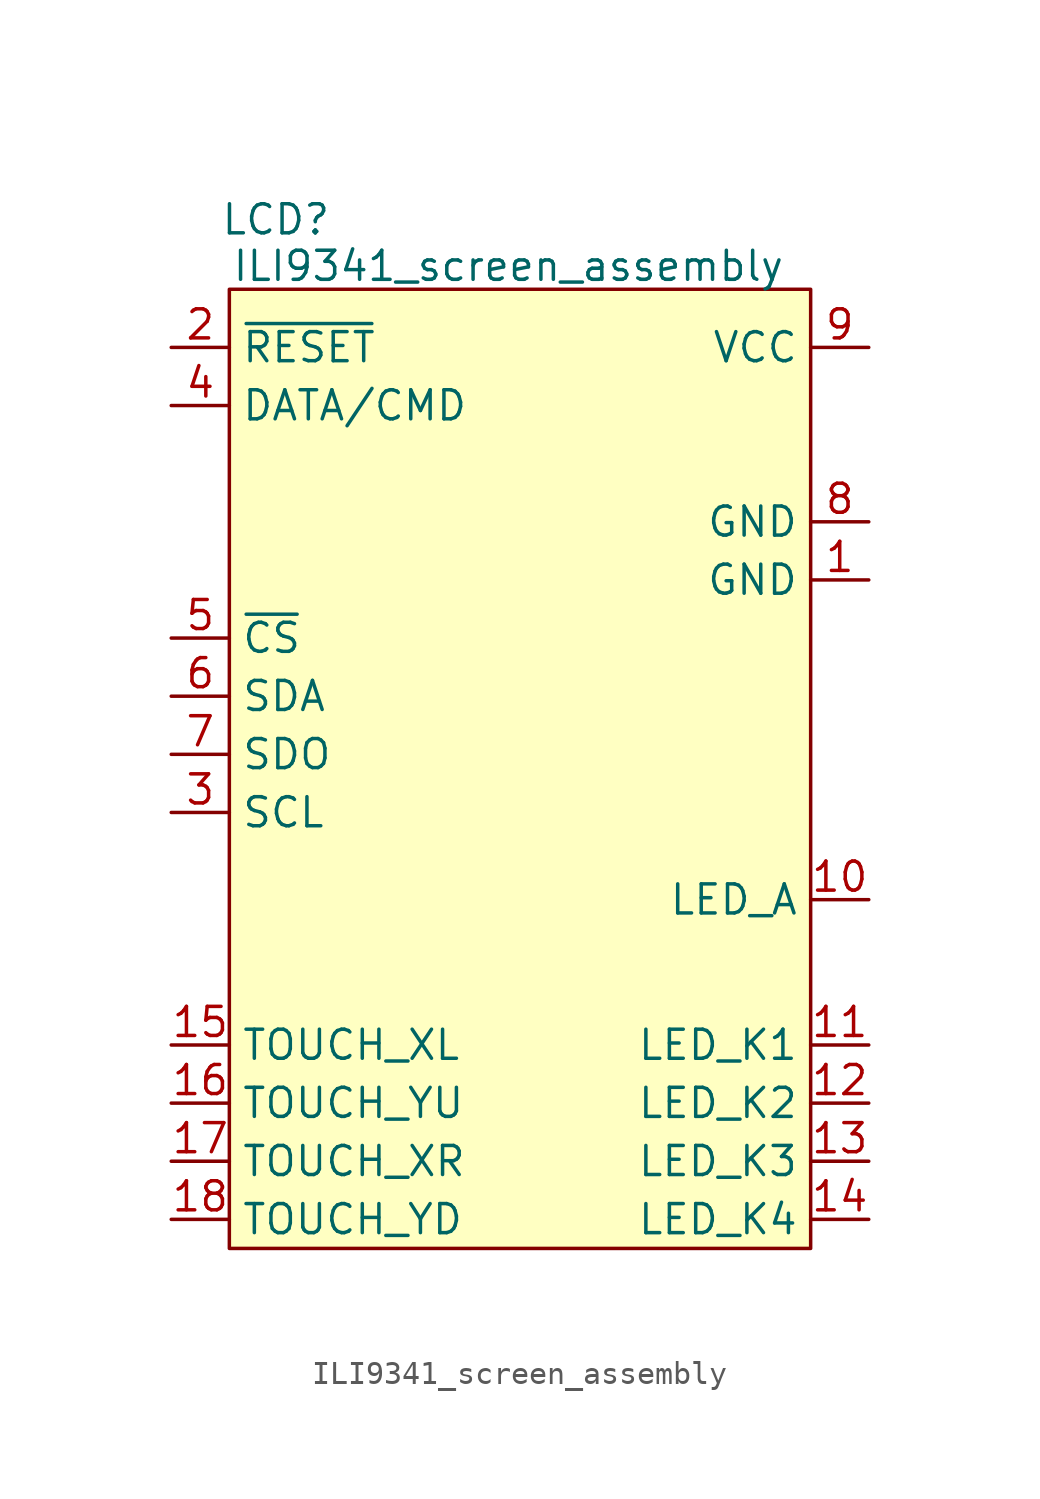
<source format=kicad_sym>
(kicad_symbol_lib
  (version 20231120)
  (generator "kicad_symbol_editor")
  (generator_version "8.0")
  (symbol "ILI9341_screen_assembly"
    (property "Reference" "LCD"
      (at -10.668 24.638 0)
      (effects (font (size 1.27 1.27))))
    (property "Value" "ILI9341_screen_assembly"
      (at -0.508 22.606 0)
      (effects (font (size 1.27 1.27))))
    (symbol "ILI9341_screen_assembly_1_1"
      (rectangle (start -12.7 21.59) (end 12.7 -20.32) (stroke (width 0) (type default)) (fill (type background)))
      (pin passive line (at 15.24 8.89 180) (length 2.54) (name "GND" (effects (font (size 1.27 1.27)))) (number "1" (effects (font (size 1.27 1.27)))))
      (pin passive line (at 15.24 -5.08 180) (length 2.54) (name "LED_A" (effects (font (size 1.27 1.27)))) (number "10" (effects (font (size 1.27 1.27)))))
      (pin passive line (at 15.24 -11.43 180) (length 2.54) (name "LED_K1" (effects (font (size 1.27 1.27)))) (number "11" (effects (font (size 1.27 1.27)))))
      (pin passive line (at 15.24 -13.97 180) (length 2.54) (name "LED_K2" (effects (font (size 1.27 1.27)))) (number "12" (effects (font (size 1.27 1.27)))))
      (pin passive line (at 15.24 -16.51 180) (length 2.54) (name "LED_K3" (effects (font (size 1.27 1.27)))) (number "13" (effects (font (size 1.27 1.27)))))
      (pin passive line (at 15.24 -19.05 180) (length 2.54) (name "LED_K4" (effects (font (size 1.27 1.27)))) (number "14" (effects (font (size 1.27 1.27)))))
      (pin passive line (at -15.24 -11.43 0) (length 2.54) (name "TOUCH_XL" (effects (font (size 1.27 1.27)))) (number "15" (effects (font (size 1.27 1.27)))))
      (pin passive line (at -15.24 -13.97 0) (length 2.54) (name "TOUCH_YU" (effects (font (size 1.27 1.27)))) (number "16" (effects (font (size 1.27 1.27)))))
      (pin passive line (at -15.24 -16.51 0) (length 2.54) (name "TOUCH_XR" (effects (font (size 1.27 1.27)))) (number "17" (effects (font (size 1.27 1.27)))))
      (pin passive line (at -15.24 -19.05 0) (length 2.54) (name "TOUCH_YD" (effects (font (size 1.27 1.27)))) (number "18" (effects (font (size 1.27 1.27)))))
      (pin passive line (at -15.24 19.05 0) (length 2.54) (name "~{RESET}" (effects (font (size 1.27 1.27)))) (number "2" (effects (font (size 1.27 1.27)))))
      (pin passive line (at -15.24 -1.27 0) (length 2.54) (name "SCL" (effects (font (size 1.27 1.27)))) (number "3" (effects (font (size 1.27 1.27)))))
      (pin passive line (at -15.24 16.51 0) (length 2.54) (name "DATA/CMD" (effects (font (size 1.27 1.27)))) (number "4" (effects (font (size 1.27 1.27)))))
      (pin passive line (at -15.24 6.35 0) (length 2.54) (name "~{CS}" (effects (font (size 1.27 1.27)))) (number "5" (effects (font (size 1.27 1.27)))))
      (pin passive line (at -15.24 3.81 0) (length 2.54) (name "SDA" (effects (font (size 1.27 1.27)))) (number "6" (effects (font (size 1.27 1.27)))))
      (pin passive line (at -15.24 1.27 0) (length 2.54) (name "SDO" (effects (font (size 1.27 1.27)))) (number "7" (effects (font (size 1.27 1.27)))))
      (pin passive line (at 15.24 11.43 180) (length 2.54) (name "GND" (effects (font (size 1.27 1.27)))) (number "8" (effects (font (size 1.27 1.27)))))
      (pin passive line (at 15.24 19.05 180) (length 2.54) (name "VCC" (effects (font (size 1.27 1.27)))) (number "9" (effects (font (size 1.27 1.27))))))))
</source>
